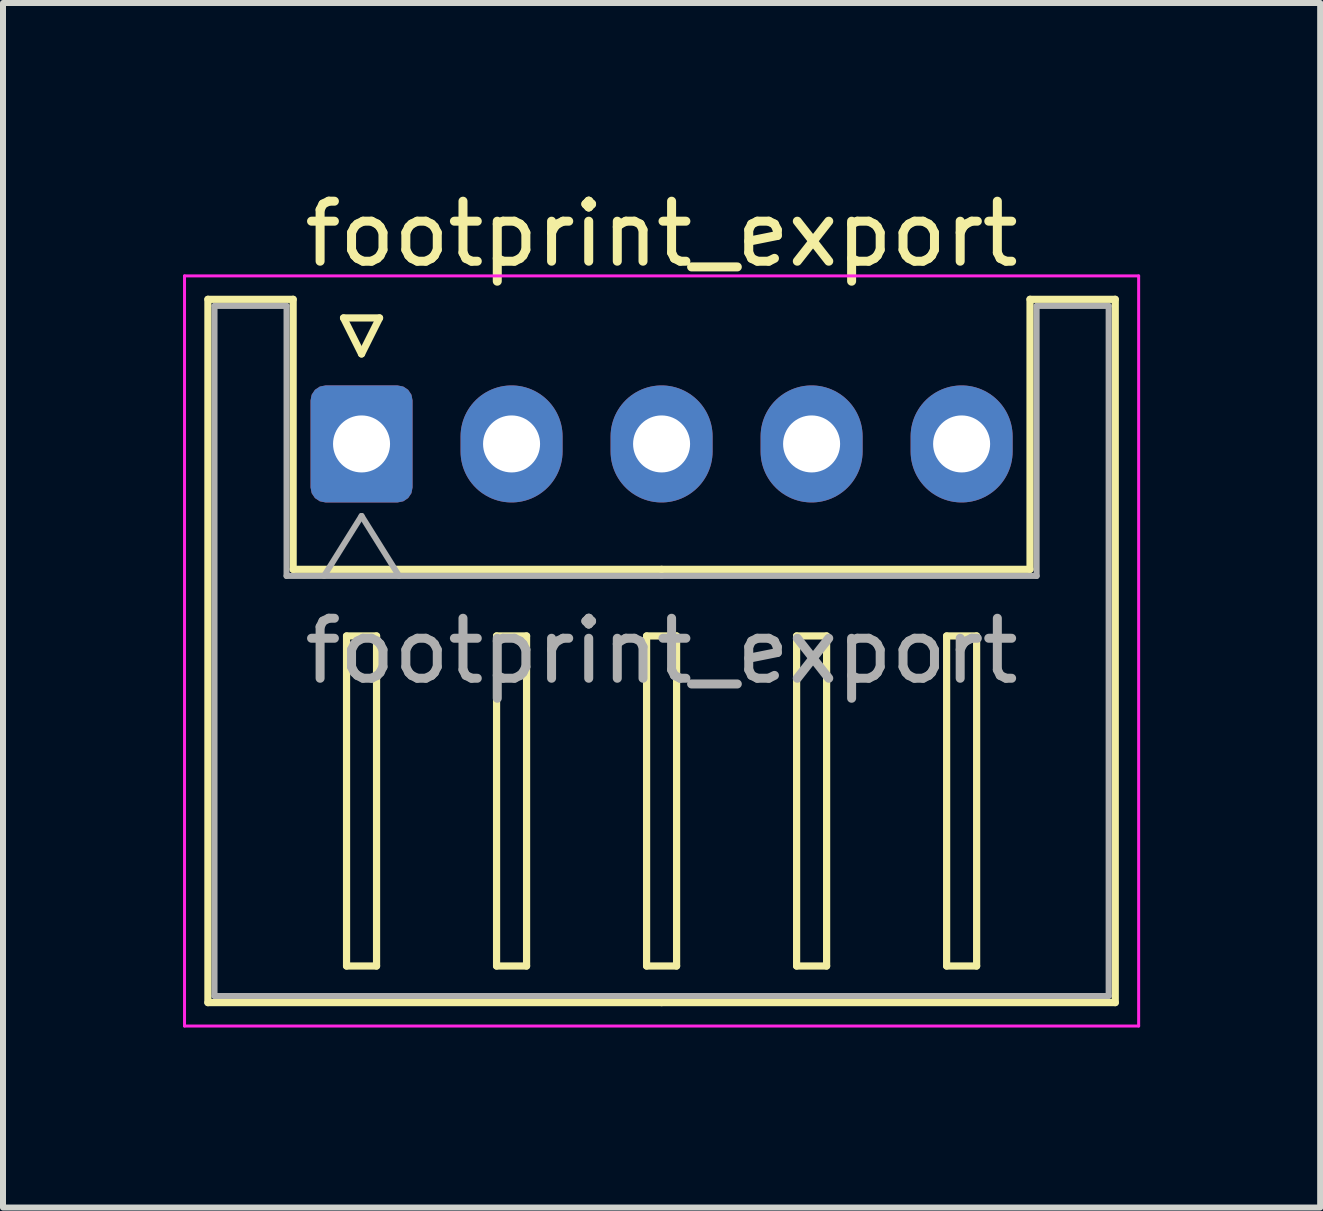
<source format=kicad_pcb>
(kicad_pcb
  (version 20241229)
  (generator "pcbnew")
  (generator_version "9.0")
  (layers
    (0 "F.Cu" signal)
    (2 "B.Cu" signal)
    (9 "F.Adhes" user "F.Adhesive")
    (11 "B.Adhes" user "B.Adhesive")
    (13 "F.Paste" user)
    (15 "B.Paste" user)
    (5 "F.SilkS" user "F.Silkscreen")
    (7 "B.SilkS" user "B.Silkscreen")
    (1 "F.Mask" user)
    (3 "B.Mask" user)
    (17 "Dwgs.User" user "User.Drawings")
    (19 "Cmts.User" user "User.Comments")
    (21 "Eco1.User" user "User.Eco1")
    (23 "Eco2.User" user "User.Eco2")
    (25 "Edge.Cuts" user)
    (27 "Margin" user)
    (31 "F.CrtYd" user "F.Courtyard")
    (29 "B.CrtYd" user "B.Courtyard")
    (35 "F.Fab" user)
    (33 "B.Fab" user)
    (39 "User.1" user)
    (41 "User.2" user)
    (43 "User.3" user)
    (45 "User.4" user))
  (footprint "footprint_export"
    (layer "F.Cu")
    (at 2.975 4.348)
    (property "Reference" "footprint_export" (at 5 -3.5 0) (layer "F.SilkS") (effects (font (size 1 1) (thickness 0.15))))
    (attr through_hole)
    (fp_line (start -2.56 -2.41) (end -1.14 -2.41) (stroke (width 0.12) (type solid)) (layer "F.SilkS"))
    (fp_line (start -2.56 9.31) (end -2.56 -2.41) (stroke (width 0.12) (type solid)) (layer "F.SilkS"))
    (fp_line (start -1.14 -2.41) (end -1.14 2.09) (stroke (width 0.12) (type solid)) (layer "F.SilkS"))
    (fp_line (start -1.14 2.09) (end 5 2.09) (stroke (width 0.12) (type solid)) (layer "F.SilkS"))
    (fp_line (start -0.3 -2.1) (end 0.3 -2.1) (stroke (width 0.12) (type solid)) (layer "F.SilkS"))
    (fp_line (start -0.25 3.2) (end -0.25 8.7) (stroke (width 0.12) (type solid)) (layer "F.SilkS"))
    (fp_line (start -0.25 8.7) (end 0.25 8.7) (stroke (width 0.12) (type solid)) (layer "F.SilkS"))
    (fp_line (start 0 -1.5) (end -0.3 -2.1) (stroke (width 0.12) (type solid)) (layer "F.SilkS"))
    (fp_line (start 0.25 3.2) (end -0.25 3.2) (stroke (width 0.12) (type solid)) (layer "F.SilkS"))
    (fp_line (start 0.25 8.7) (end 0.25 3.2) (stroke (width 0.12) (type solid)) (layer "F.SilkS"))
    (fp_line (start 0.3 -2.1) (end 0 -1.5) (stroke (width 0.12) (type solid)) (layer "F.SilkS"))
    (fp_line (start 2.25 3.2) (end 2.25 8.7) (stroke (width 0.12) (type solid)) (layer "F.SilkS"))
    (fp_line (start 2.25 8.7) (end 2.75 8.7) (stroke (width 0.12) (type solid)) (layer "F.SilkS"))
    (fp_line (start 2.75 3.2) (end 2.25 3.2) (stroke (width 0.12) (type solid)) (layer "F.SilkS"))
    (fp_line (start 2.75 8.7) (end 2.75 3.2) (stroke (width 0.12) (type solid)) (layer "F.SilkS"))
    (fp_line (start 4.75 3.2) (end 4.75 8.7) (stroke (width 0.12) (type solid)) (layer "F.SilkS"))
    (fp_line (start 4.75 8.7) (end 5.25 8.7) (stroke (width 0.12) (type solid)) (layer "F.SilkS"))
    (fp_line (start 5 9.31) (end -2.56 9.31) (stroke (width 0.12) (type solid)) (layer "F.SilkS"))
    (fp_line (start 5 9.31) (end 12.56 9.31) (stroke (width 0.12) (type solid)) (layer "F.SilkS"))
    (fp_line (start 5.25 3.2) (end 4.75 3.2) (stroke (width 0.12) (type solid)) (layer "F.SilkS"))
    (fp_line (start 5.25 8.7) (end 5.25 3.2) (stroke (width 0.12) (type solid)) (layer "F.SilkS"))
    (fp_line (start 7.25 3.2) (end 7.25 8.7) (stroke (width 0.12) (type solid)) (layer "F.SilkS"))
    (fp_line (start 7.25 8.7) (end 7.75 8.7) (stroke (width 0.12) (type solid)) (layer "F.SilkS"))
    (fp_line (start 7.75 3.2) (end 7.25 3.2) (stroke (width 0.12) (type solid)) (layer "F.SilkS"))
    (fp_line (start 7.75 8.7) (end 7.75 3.2) (stroke (width 0.12) (type solid)) (layer "F.SilkS"))
    (fp_line (start 9.75 3.2) (end 9.75 8.7) (stroke (width 0.12) (type solid)) (layer "F.SilkS"))
    (fp_line (start 9.75 8.7) (end 10.25 8.7) (stroke (width 0.12) (type solid)) (layer "F.SilkS"))
    (fp_line (start 10.25 3.2) (end 9.75 3.2) (stroke (width 0.12) (type solid)) (layer "F.SilkS"))
    (fp_line (start 10.25 8.7) (end 10.25 3.2) (stroke (width 0.12) (type solid)) (layer "F.SilkS"))
    (fp_line (start 11.14 -2.41) (end 11.14 2.09) (stroke (width 0.12) (type solid)) (layer "F.SilkS"))
    (fp_line (start 11.14 2.09) (end 5 2.09) (stroke (width 0.12) (type solid)) (layer "F.SilkS"))
    (fp_line (start 12.56 -2.41) (end 11.14 -2.41) (stroke (width 0.12) (type solid)) (layer "F.SilkS"))
    (fp_line (start 12.56 9.31) (end 12.56 -2.41) (stroke (width 0.12) (type solid)) (layer "F.SilkS"))
    (fp_line (start -2.95 -2.8) (end -2.95 9.7) (stroke (width 0.05) (type solid)) (layer "F.CrtYd"))
    (fp_line (start -2.95 9.7) (end 12.95 9.7) (stroke (width 0.05) (type solid)) (layer "F.CrtYd"))
    (fp_line (start 12.95 -2.8) (end -2.95 -2.8) (stroke (width 0.05) (type solid)) (layer "F.CrtYd"))
    (fp_line (start 12.95 9.7) (end 12.95 -2.8) (stroke (width 0.05) (type solid)) (layer "F.CrtYd"))
    (fp_line (start -2.45 -2.3) (end -1.25 -2.3) (stroke (width 0.1) (type solid)) (layer "F.Fab"))
    (fp_line (start -2.45 9.2) (end -2.45 -2.3) (stroke (width 0.1) (type solid)) (layer "F.Fab"))
    (fp_line (start -1.25 -2.3) (end -1.25 2.2) (stroke (width 0.1) (type solid)) (layer "F.Fab"))
    (fp_line (start -1.25 2.2) (end 5 2.2) (stroke (width 0.1) (type solid)) (layer "F.Fab"))
    (fp_line (start -0.625 2.2) (end 0 1.2) (stroke (width 0.1) (type solid)) (layer "F.Fab"))
    (fp_line (start 0 1.2) (end 0.625 2.2) (stroke (width 0.1) (type solid)) (layer "F.Fab"))
    (fp_line (start 5 9.2) (end -2.45 9.2) (stroke (width 0.1) (type solid)) (layer "F.Fab"))
    (fp_line (start 5 9.2) (end 12.45 9.2) (stroke (width 0.1) (type solid)) (layer "F.Fab"))
    (fp_line (start 11.25 -2.3) (end 11.25 2.2) (stroke (width 0.1) (type solid)) (layer "F.Fab"))
    (fp_line (start 11.25 2.2) (end 5 2.2) (stroke (width 0.1) (type solid)) (layer "F.Fab"))
    (fp_line (start 12.45 -2.3) (end 11.25 -2.3) (stroke (width 0.1) (type solid)) (layer "F.Fab"))
    (fp_line (start 12.45 9.2) (end 12.45 -2.3) (stroke (width 0.1) (type solid)) (layer "F.Fab"))
    (fp_text user "${REFERENCE}" (at 5 3.45 0) (layer "F.Fab") (effects (font (size 1 1) (thickness 0.15))))
    (pad "1" thru_hole roundrect (at 0 0) (size 1.7 1.95) (drill 0.95) (layers "*.Cu" "*.Mask") (roundrect_rratio 0.147))
    (pad "2" thru_hole oval (at 2.5 0) (size 1.7 1.95) (drill 0.95) (layers "*.Cu" "*.Mask"))
    (pad "3" thru_hole oval (at 5 0) (size 1.7 1.95) (drill 0.95) (layers "*.Cu" "*.Mask"))
    (pad "4" thru_hole oval (at 7.5 0) (size 1.7 1.95) (drill 0.95) (layers "*.Cu" "*.Mask"))
    (pad "5" thru_hole oval (at 10 0) (size 1.7 1.95) (drill 0.95) (layers "*.Cu" "*.Mask")))
  (gr_rect
    (start -3 -3)
    (end 18.95 17.073)
    (stroke (width 0.1) (type default))
    (fill no)
    (layer "Edge.Cuts")))
</source>
